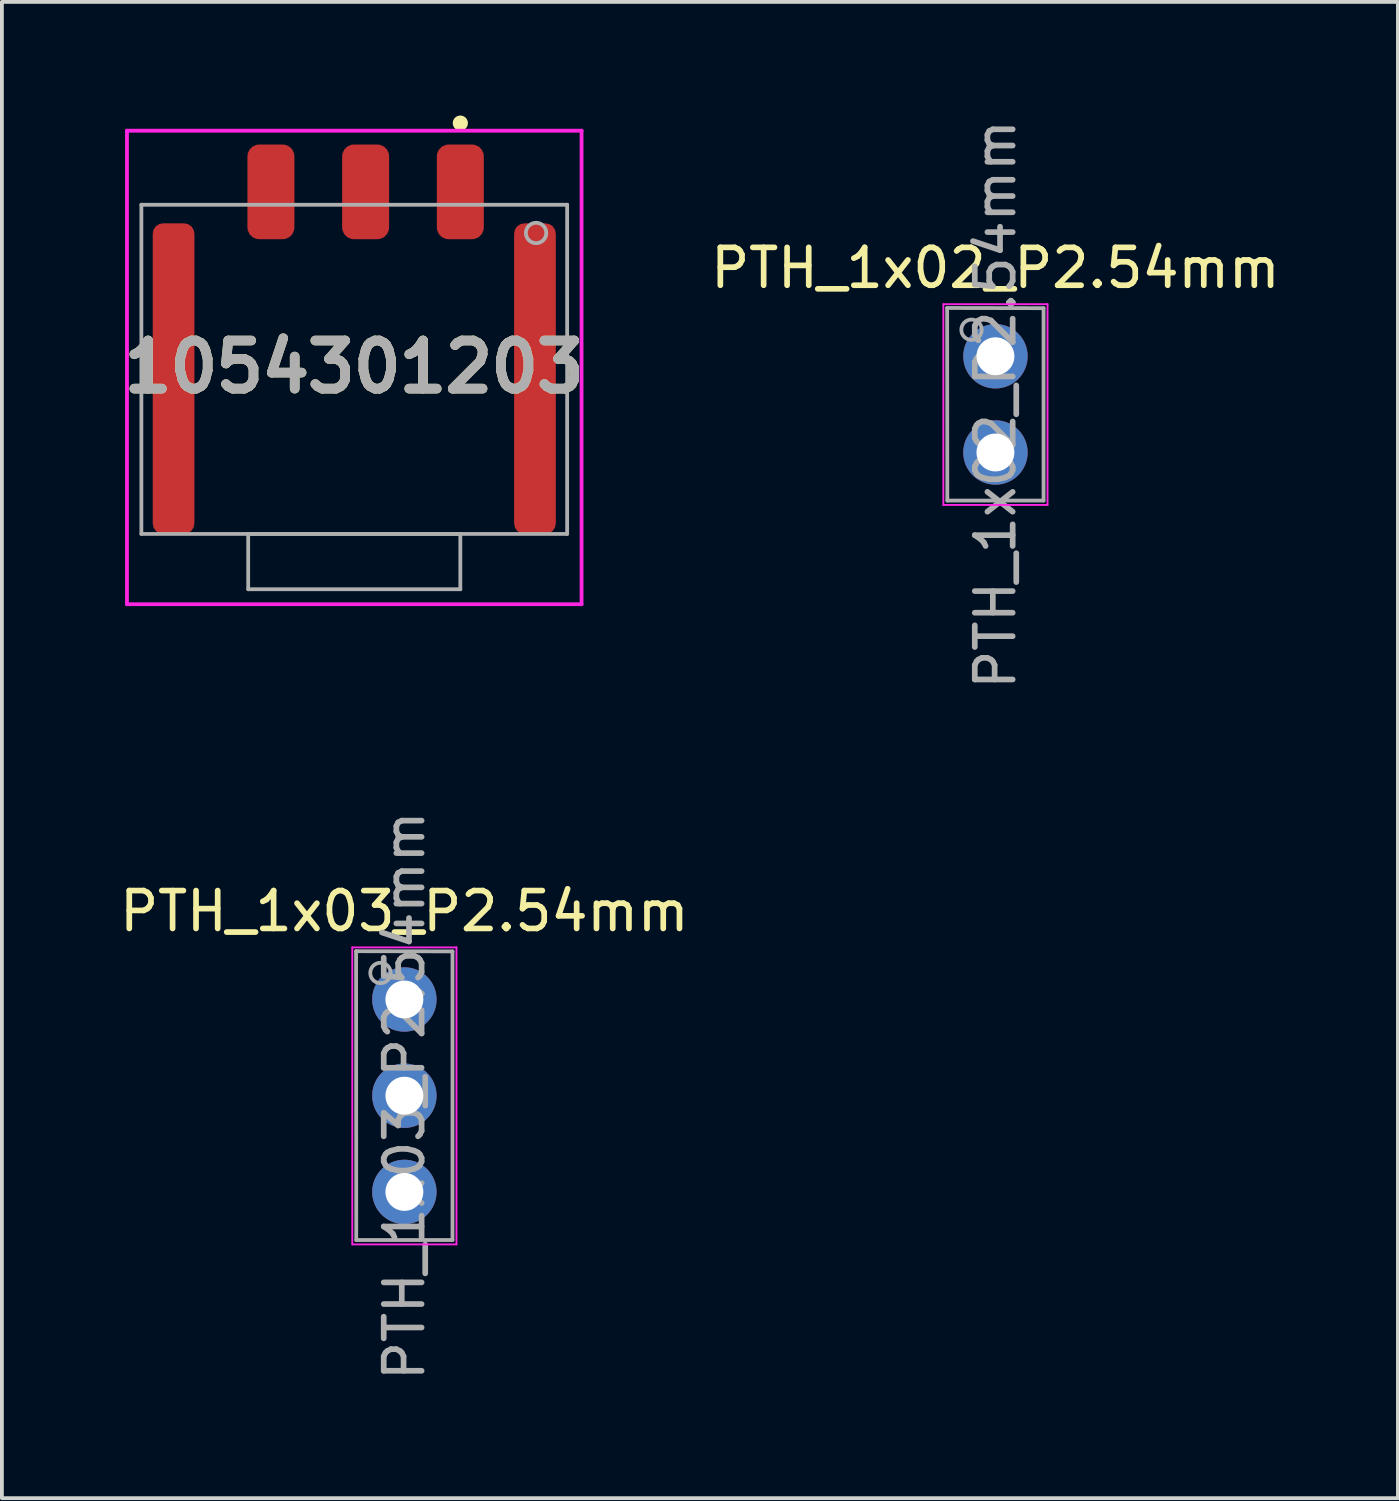
<source format=kicad_pcb>
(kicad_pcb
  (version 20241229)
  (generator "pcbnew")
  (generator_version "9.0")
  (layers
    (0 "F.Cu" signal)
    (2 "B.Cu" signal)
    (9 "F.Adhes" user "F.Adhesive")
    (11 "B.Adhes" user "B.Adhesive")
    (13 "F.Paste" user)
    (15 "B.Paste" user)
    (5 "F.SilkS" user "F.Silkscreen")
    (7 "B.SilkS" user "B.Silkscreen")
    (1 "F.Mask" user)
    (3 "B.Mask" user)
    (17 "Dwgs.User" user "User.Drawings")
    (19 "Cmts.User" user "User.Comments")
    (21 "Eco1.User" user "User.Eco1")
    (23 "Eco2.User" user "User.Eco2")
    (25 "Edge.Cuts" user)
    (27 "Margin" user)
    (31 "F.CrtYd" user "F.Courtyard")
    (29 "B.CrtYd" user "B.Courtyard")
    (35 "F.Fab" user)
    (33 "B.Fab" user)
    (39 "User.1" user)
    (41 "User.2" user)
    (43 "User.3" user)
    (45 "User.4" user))
  (footprint "PTH_1x03_P2.54mm"
    (layer "F.Cu")
    (at 7.625 23.335)
    (property "Reference" "PTH_1x03_P2.54mm" (at 0 -2.33 0) (layer "F.SilkS") (effects (font (size 1 1) (thickness 0.15))))
    (attr through_hole)
    (fp_line (start -1.375 -1.375) (end -1.375 6.465) (stroke (width 0.05) (type solid)) (layer "F.CrtYd"))
    (fp_line (start -1.375 6.465) (end 1.375 6.465) (stroke (width 0.05) (type solid)) (layer "F.CrtYd"))
    (fp_line (start 1.375 -1.375) (end -1.375 -1.375) (stroke (width 0.05) (type solid)) (layer "F.CrtYd"))
    (fp_line (start 1.375 6.465) (end 1.375 -1.375) (stroke (width 0.05) (type solid)) (layer "F.CrtYd"))
    (fp_line (start -1.275 -1.275) (end 1.27 -1.27) (stroke (width 0.1) (type solid)) (layer "F.Fab"))
    (fp_line (start -1.27 6.35) (end -1.275 -1.275) (stroke (width 0.1) (type solid)) (layer "F.Fab"))
    (fp_line (start 1.27 -1.27) (end 1.27 6.35) (stroke (width 0.1) (type solid)) (layer "F.Fab"))
    (fp_line (start 1.27 6.35) (end -1.27 6.35) (stroke (width 0.1) (type solid)) (layer "F.Fab"))
    (fp_circle (center -0.631 -0.7) (end -0.381 -0.6) (stroke (width 0.1) (type solid)) (fill no) (layer "F.Fab"))
    (fp_text user "${REFERENCE}" (at 0 2.54 90) (layer "F.Fab") (effects (font (size 1 1) (thickness 0.15))))
    (pad "1" thru_hole circle (at 0 0) (size 1.7 1.7) (drill 1) (layers "*.Cu" "*.Mask"))
    (pad "2" thru_hole oval (at 0 2.54) (size 1.7 1.7) (drill 1) (layers "*.Cu" "*.Mask"))
    (pad "3" thru_hole oval (at 0 5.08) (size 1.7 1.7) (drill 1) (layers "*.Cu" "*.Mask")))
  (footprint "PTH_1x02_P2.54mm"
    (layer "F.Cu")
    (at 23.228 6.355)
    (property "Reference" "PTH_1x02_P2.54mm" (at 0 -2.33 0) (layer "F.SilkS") (effects (font (size 1 1) (thickness 0.15))))
    (attr through_hole)
    (fp_line (start -1.375 -1.375) (end -1.375 3.925) (stroke (width 0.05) (type solid)) (layer "F.CrtYd"))
    (fp_line (start -1.375 3.925) (end 1.375 3.925) (stroke (width 0.05) (type solid)) (layer "F.CrtYd"))
    (fp_line (start 1.375 -1.375) (end -1.375 -1.375) (stroke (width 0.05) (type solid)) (layer "F.CrtYd"))
    (fp_line (start 1.375 3.925) (end 1.375 -1.375) (stroke (width 0.05) (type solid)) (layer "F.CrtYd"))
    (fp_line (start -1.275 -1.275) (end 1.27 -1.27) (stroke (width 0.1) (type solid)) (layer "F.Fab"))
    (fp_line (start -1.27 3.81) (end -1.275 -1.275) (stroke (width 0.1) (type solid)) (layer "F.Fab"))
    (fp_line (start 1.27 -1.27) (end 1.27 3.81) (stroke (width 0.1) (type solid)) (layer "F.Fab"))
    (fp_line (start 1.27 3.81) (end -1.27 3.81) (stroke (width 0.1) (type solid)) (layer "F.Fab"))
    (fp_circle (center -0.631 -0.7) (end -0.381 -0.6) (stroke (width 0.1) (type solid)) (fill no) (layer "F.Fab"))
    (fp_text user "${REFERENCE}" (at 0 1.27 90) (layer "F.Fab") (effects (font (size 1 1) (thickness 0.15))))
    (pad "1" thru_hole circle (at 0 0) (size 1.7 1.7) (drill 1) (layers "*.Cu" "*.Mask"))
    (pad "2" thru_hole oval (at 0 2.54) (size 1.7 1.7) (drill 1) (layers "*.Cu" "*.Mask")))
  (footprint "1054301203"
    (layer "F.Cu")
    (at 6.302 6.7)
    (property "Reference" "1054301203" (at 0 -0.065 0) (layer "F.SilkS") (effects (font (size 1.27 1.27) (thickness 0.254))))
    (attr smd)
    (fp_circle (center 2.8 -6.5) (end 2.95 -6.5) (stroke (width 0.1) (type solid)) (fill yes) (layer "F.SilkS"))
    (fp_line (start -6 -6.3) (end 6 -6.3) (stroke (width 0.1) (type solid)) (layer "F.CrtYd"))
    (fp_line (start -6 6.2) (end -6 -6.3) (stroke (width 0.1) (type solid)) (layer "F.CrtYd"))
    (fp_line (start 6 -6.3) (end 6 6.2) (stroke (width 0.1) (type solid)) (layer "F.CrtYd"))
    (fp_line (start 6 6.2) (end -6 6.2) (stroke (width 0.1) (type solid)) (layer "F.CrtYd"))
    (fp_line (start -5.62 -4.345) (end -5.62 4.345) (stroke (width 0.1) (type solid)) (layer "F.Fab"))
    (fp_line (start -5.62 4.345) (end 5.62 4.345) (stroke (width 0.1) (type solid)) (layer "F.Fab"))
    (fp_line (start -2.8 4.345) (end 2.8 4.345) (stroke (width 0.1) (type solid)) (layer "F.Fab"))
    (fp_line (start -2.8 5.805) (end -2.8 4.345) (stroke (width 0.1) (type solid)) (layer "F.Fab"))
    (fp_line (start 2.8 4.345) (end 2.8 5.805) (stroke (width 0.1) (type solid)) (layer "F.Fab"))
    (fp_line (start 2.8 5.805) (end -2.8 5.805) (stroke (width 0.1) (type solid)) (layer "F.Fab"))
    (fp_line (start 5.62 -4.345) (end -5.62 -4.345) (stroke (width 0.1) (type solid)) (layer "F.Fab"))
    (fp_line (start 5.62 4.345) (end 5.62 -4.345) (stroke (width 0.1) (type solid)) (layer "F.Fab"))
    (fp_circle (center 4.8 -3.6) (end 5.05 -3.5) (stroke (width 0.1) (type solid)) (fill no) (layer "F.Fab"))
    (fp_text user "${REFERENCE}" (at 0 -0.065 0) (layer "F.Fab") (effects (font (size 1.27 1.27) (thickness 0.254))))
    (pad "1" smd roundrect (at 2.8 -4.685) (size 1.24 2.5) (layers "F.Cu" "F.Mask" "F.Paste") (roundrect_rratio 0.25))
    (pad "2" smd roundrect (at 0.3 -4.685) (size 1.24 2.5) (layers "F.Cu" "F.Mask" "F.Paste") (roundrect_rratio 0.25))
    (pad "3" smd roundrect (at -2.2 -4.685) (size 1.24 2.5) (layers "F.Cu" "F.Mask" "F.Paste") (roundrect_rratio 0.25))
    (pad "MP1" smd roundrect (at 4.77 0.245) (size 1.1 8.2) (layers "F.Cu" "F.Mask" "F.Paste") (roundrect_rratio 0.25))
    (pad "MP2" smd roundrect (at -4.77 0.245) (size 1.1 8.2) (layers "F.Cu" "F.Mask" "F.Paste") (roundrect_rratio 0.25)))
  (gr_rect
    (start -3 -3)
    (end 33.853 36.5)
    (stroke (width 0.1) (type default))
    (fill no)
    (layer "Edge.Cuts")))
</source>
